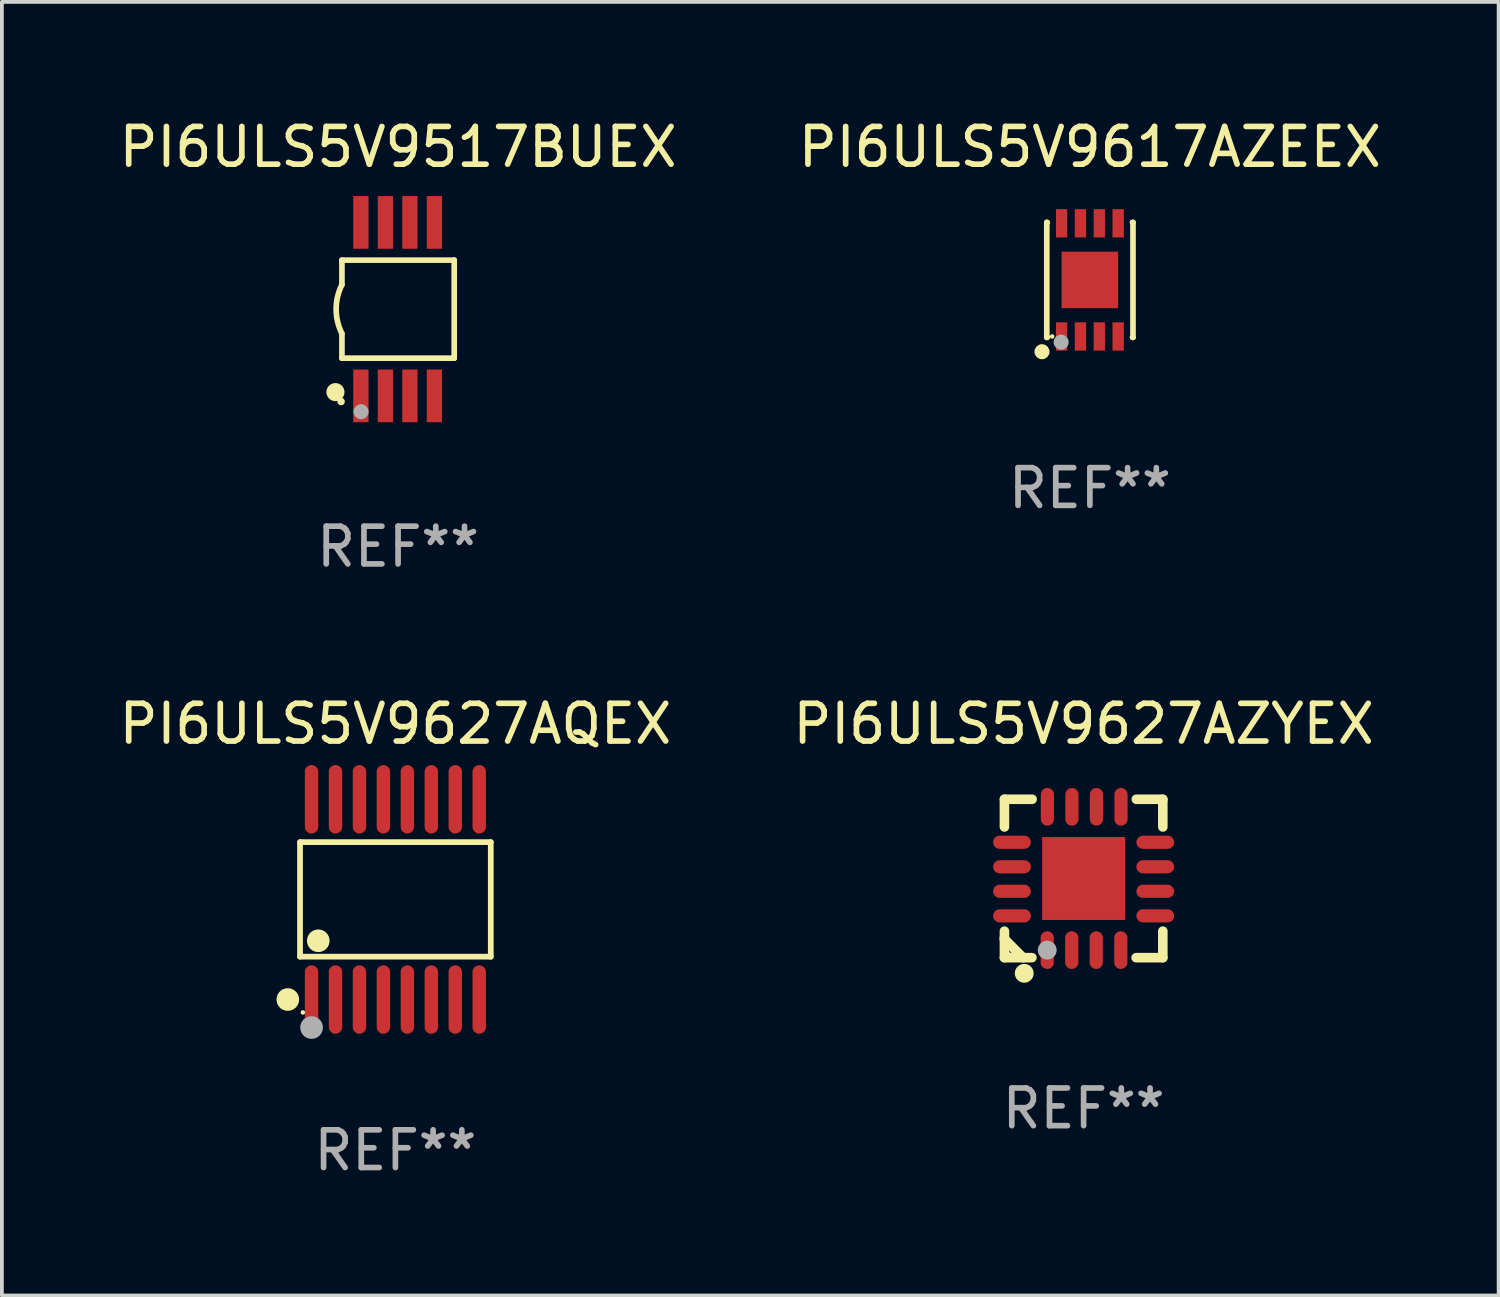
<source format=kicad_pcb>
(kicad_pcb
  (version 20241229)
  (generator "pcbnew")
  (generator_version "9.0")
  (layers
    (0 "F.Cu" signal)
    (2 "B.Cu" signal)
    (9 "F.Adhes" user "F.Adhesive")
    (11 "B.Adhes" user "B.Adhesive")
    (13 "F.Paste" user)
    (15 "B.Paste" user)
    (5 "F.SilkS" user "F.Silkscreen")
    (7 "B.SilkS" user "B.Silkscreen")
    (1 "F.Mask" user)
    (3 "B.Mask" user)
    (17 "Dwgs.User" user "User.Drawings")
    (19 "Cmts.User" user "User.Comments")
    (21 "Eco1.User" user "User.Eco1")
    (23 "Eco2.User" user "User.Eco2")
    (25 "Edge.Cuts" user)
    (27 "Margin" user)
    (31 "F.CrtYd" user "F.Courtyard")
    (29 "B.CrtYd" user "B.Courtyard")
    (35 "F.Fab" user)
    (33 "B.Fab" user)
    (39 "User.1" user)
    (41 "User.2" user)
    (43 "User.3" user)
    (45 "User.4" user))
  (footprint "PI6ULS5V9627AZYEX"
    (layer "F.Cu")
    (at 25.685 20.245)
    (property "Reference" "PI6ULS5V9627AZYEX" (at 0 -4.1 0) (layer "F.SilkS") (effects (font (size 1 1) (thickness 0.15))))
    (attr through_hole)
    (fp_line (start -2.1 -2.1) (end -1.366 -2.1) (stroke (width 0.254) (type solid)) (layer "F.SilkS"))
    (fp_line (start -2.1 -1.366) (end -2.1 -2.1) (stroke (width 0.254) (type solid)) (layer "F.SilkS"))
    (fp_line (start -2.1 1.572) (end -2.1 1.607) (stroke (width 0.254) (type solid)) (layer "F.SilkS"))
    (fp_line (start -2.1 1.607) (end -1.607 2.1) (stroke (width 0.254) (type solid)) (layer "F.SilkS"))
    (fp_line (start -2.1 2.1) (end -2.1 1.397) (stroke (width 0.254) (type solid)) (layer "F.SilkS"))
    (fp_line (start -2.1 2.1) (end -1.371 2.1) (stroke (width 0.254) (type solid)) (layer "F.SilkS"))
    (fp_line (start 1.392 2.1) (end 2.1 2.1) (stroke (width 0.254) (type solid)) (layer "F.SilkS"))
    (fp_line (start 1.397 -2.1) (end 2.1 -2.1) (stroke (width 0.254) (type solid)) (layer "F.SilkS"))
    (fp_line (start 2.1 -1.366) (end 2.1 -2.1) (stroke (width 0.254) (type solid)) (layer "F.SilkS"))
    (fp_line (start 2.1 2.1) (end 2.1 1.397) (stroke (width 0.254) (type solid)) (layer "F.SilkS"))
    (fp_circle (center -2 2) (end -1.97 2) (stroke (width 0.06) (type solid)) (fill no) (layer "F.SilkS"))
    (fp_circle (center -1.575 2.515) (end -1.45 2.515) (stroke (width 0.25) (type solid)) (fill no) (layer "F.SilkS"))
    (fp_circle (center -0.965 1.9) (end -0.84 1.9) (stroke (width 0.25) (type solid)) (fill no) (layer "F.Fab"))
    (fp_text user "REF**" (at 0 6.1 0) (layer "F.Fab") (effects (font (size 1 1) (thickness 0.15))))
    (pad "1" smd oval (at -0.965 1.9) (size 0.35 1) (layers "F.Cu" "F.Mask" "F.Paste"))
    (pad "2" smd oval (at -0.315 1.9) (size 0.35 1) (layers "F.Cu" "F.Mask" "F.Paste"))
    (pad "3" smd oval (at 0.335 1.9) (size 0.35 1) (layers "F.Cu" "F.Mask" "F.Paste"))
    (pad "4" smd oval (at 0.986 1.9) (size 0.35 1) (layers "F.Cu" "F.Mask" "F.Paste"))
    (pad "5" smd oval (at 1.9 0.991) (size 1 0.35) (layers "F.Cu" "F.Mask" "F.Paste"))
    (pad "6" smd oval (at 1.9 0.34) (size 1 0.35) (layers "F.Cu" "F.Mask" "F.Paste"))
    (pad "7" smd oval (at 1.9 -0.31) (size 1 0.35) (layers "F.Cu" "F.Mask" "F.Paste"))
    (pad "8" smd oval (at 1.9 -0.96) (size 1 0.35) (layers "F.Cu" "F.Mask" "F.Paste"))
    (pad "9" smd oval (at 0.991 -1.9) (size 0.35 1) (layers "F.Cu" "F.Mask" "F.Paste"))
    (pad "10" smd oval (at 0.34 -1.9) (size 0.35 1) (layers "F.Cu" "F.Mask" "F.Paste"))
    (pad "11" smd oval (at -0.31 -1.9) (size 0.35 1) (layers "F.Cu" "F.Mask" "F.Paste"))
    (pad "12" smd oval (at -0.96 -1.9) (size 0.35 1) (layers "F.Cu" "F.Mask" "F.Paste"))
    (pad "13" smd oval (at -1.9 -0.96) (size 1 0.35) (layers "F.Cu" "F.Mask" "F.Paste"))
    (pad "14" smd oval (at -1.9 -0.31) (size 1 0.35) (layers "F.Cu" "F.Mask" "F.Paste"))
    (pad "15" smd oval (at -1.9 0.34) (size 1 0.35) (layers "F.Cu" "F.Mask" "F.Paste"))
    (pad "16" smd oval (at -1.9 0.991) (size 1 0.35) (layers "F.Cu" "F.Mask" "F.Paste"))
    (pad "17" smd rect (at 0 0) (size 2.2 2.2) (layers "F.Cu" "F.Mask" "F.Paste")))
  (footprint "PI6ULS5V9627AQEX"
    (layer "F.Cu")
    (at 7.435 20.8)
    (property "Reference" "PI6ULS5V9627AQEX" (at 0 -4.655 0) (layer "F.SilkS") (effects (font (size 1 1) (thickness 0.15))))
    (attr through_hole)
    (fp_line (start -2.529 -1.519) (end 2.529 -1.519) (stroke (width 0.152) (type solid)) (layer "F.SilkS"))
    (fp_line (start -2.529 1.519) (end -2.529 -1.519) (stroke (width 0.152) (type solid)) (layer "F.SilkS"))
    (fp_line (start 2.529 -1.519) (end 2.529 1.519) (stroke (width 0.152) (type solid)) (layer "F.SilkS"))
    (fp_line (start 2.529 1.519) (end -2.529 1.519) (stroke (width 0.152) (type solid)) (layer "F.SilkS"))
    (fp_circle (center -2.853 2.655) (end -2.703 2.655) (stroke (width 0.3) (type solid)) (fill no) (layer "F.SilkS"))
    (fp_circle (center -2.453 2.998) (end -2.423 2.998) (stroke (width 0.06) (type solid)) (fill no) (layer "F.SilkS"))
    (fp_circle (center -2.045 1.097) (end -1.895 1.097) (stroke (width 0.3) (type solid)) (fill no) (layer "F.SilkS"))
    (fp_circle (center -2.223 3.398) (end -2.072 3.398) (stroke (width 0.3) (type solid)) (fill no) (layer "F.Fab"))
    (fp_text user "REF**" (at 0 6.655 0) (layer "F.Fab") (effects (font (size 1 1) (thickness 0.15))))
    (pad "1" smd oval (at -2.223 2.655) (size 0.356 1.815) (layers "F.Cu" "F.Mask" "F.Paste"))
    (pad "2" smd oval (at -1.588 2.655) (size 0.356 1.815) (layers "F.Cu" "F.Mask" "F.Paste"))
    (pad "3" smd oval (at -0.953 2.655) (size 0.356 1.815) (layers "F.Cu" "F.Mask" "F.Paste"))
    (pad "4" smd oval (at -0.318 2.655) (size 0.356 1.815) (layers "F.Cu" "F.Mask" "F.Paste"))
    (pad "5" smd oval (at 0.318 2.655) (size 0.356 1.815) (layers "F.Cu" "F.Mask" "F.Paste"))
    (pad "6" smd oval (at 0.953 2.655) (size 0.356 1.815) (layers "F.Cu" "F.Mask" "F.Paste"))
    (pad "7" smd oval (at 1.588 2.655) (size 0.356 1.815) (layers "F.Cu" "F.Mask" "F.Paste"))
    (pad "8" smd oval (at 2.223 2.655) (size 0.356 1.815) (layers "F.Cu" "F.Mask" "F.Paste"))
    (pad "9" smd oval (at 2.223 -2.655) (size 0.356 1.815) (layers "F.Cu" "F.Mask" "F.Paste"))
    (pad "10" smd oval (at 1.588 -2.655) (size 0.356 1.815) (layers "F.Cu" "F.Mask" "F.Paste"))
    (pad "11" smd oval (at 0.953 -2.655) (size 0.356 1.815) (layers "F.Cu" "F.Mask" "F.Paste"))
    (pad "12" smd oval (at 0.318 -2.655) (size 0.356 1.815) (layers "F.Cu" "F.Mask" "F.Paste"))
    (pad "13" smd oval (at -0.318 -2.655) (size 0.356 1.815) (layers "F.Cu" "F.Mask" "F.Paste"))
    (pad "14" smd oval (at -0.953 -2.655) (size 0.356 1.815) (layers "F.Cu" "F.Mask" "F.Paste"))
    (pad "15" smd oval (at -1.588 -2.655) (size 0.356 1.815) (layers "F.Cu" "F.Mask" "F.Paste"))
    (pad "16" smd oval (at -2.223 -2.655) (size 0.356 1.815) (layers "F.Cu" "F.Mask" "F.Paste")))
  (footprint "PI6ULS5V9517BUEX"
    (layer "F.Cu")
    (at 7.506 5.148)
    (property "Reference" "PI6ULS5V9517BUEX" (at 0 -4.3 0) (layer "F.SilkS") (effects (font (size 1 1) (thickness 0.15))))
    (attr through_hole)
    (fp_line (start -1.489 -1.3) (end -1.489 -0.648) (stroke (width 0.15) (type solid)) (layer "F.SilkS"))
    (fp_line (start -1.489 0.648) (end -1.489 1.3) (stroke (width 0.15) (type solid)) (layer "F.SilkS"))
    (fp_line (start -1.489 1.3) (end 1.489 1.3) (stroke (width 0.15) (type solid)) (layer "F.SilkS"))
    (fp_line (start 1.489 -1.3) (end -1.489 -1.3) (stroke (width 0.15) (type solid)) (layer "F.SilkS"))
    (fp_line (start 1.489 1.3) (end 1.489 -1.3) (stroke (width 0.15) (type solid)) (layer "F.SilkS"))
    (fp_arc (start -1.489205 0.647702) (mid -1.642107 0) (end -1.489205 -0.647701) (stroke (width 0.150013) (type solid)) (layer "F.SilkS"))
    (fp_circle (center -1.661 2.2) (end -1.541 2.2) (stroke (width 0.24) (type solid)) (fill no) (layer "F.SilkS"))
    (fp_circle (center -1.511 2.45) (end -1.461 2.45) (stroke (width 0.1) (type solid)) (fill no) (layer "F.SilkS"))
    (fp_circle (center -0.981 2.72) (end -0.881 2.72) (stroke (width 0.2) (type solid)) (fill no) (layer "F.Fab"))
    (fp_text user "REF**" (at 0 6.3 0) (layer "F.Fab") (effects (font (size 1 1) (thickness 0.15))))
    (pad "1" smd rect (at -0.986 2.3) (size 0.406 1.397) (layers "F.Cu" "F.Mask" "F.Paste"))
    (pad "2" smd rect (at -0.336 2.3) (size 0.406 1.397) (layers "F.Cu" "F.Mask" "F.Paste"))
    (pad "3" smd rect (at 0.314 2.3) (size 0.406 1.397) (layers "F.Cu" "F.Mask" "F.Paste"))
    (pad "4" smd rect (at 0.964 2.3) (size 0.406 1.397) (layers "F.Cu" "F.Mask" "F.Paste"))
    (pad "5" smd rect (at 0.964 -2.3) (size 0.406 1.397) (layers "F.Cu" "F.Mask" "F.Paste"))
    (pad "6" smd rect (at 0.314 -2.3) (size 0.406 1.397) (layers "F.Cu" "F.Mask" "F.Paste"))
    (pad "7" smd rect (at -0.336 -2.3) (size 0.406 1.397) (layers "F.Cu" "F.Mask" "F.Paste"))
    (pad "8" smd rect (at -0.986 -2.3) (size 0.406 1.397) (layers "F.Cu" "F.Mask" "F.Paste")))
  (footprint "PI6ULS5V9617AZEEX"
    (layer "F.Cu")
    (at 25.851 4.372)
    (property "Reference" "PI6ULS5V9617AZEEX" (at 0 -3.524 0) (layer "F.SilkS") (effects (font (size 1 1) (thickness 0.15))))
    (attr through_hole)
    (fp_line (start -1.143 -1.524) (end -1.143 1.524) (stroke (width 0.15) (type solid)) (layer "F.SilkS"))
    (fp_line (start -1.143 1.524) (end -1.129 1.524) (stroke (width 0.15) (type solid)) (layer "F.SilkS"))
    (fp_line (start -1.129 -1.524) (end -1.143 -1.524) (stroke (width 0.15) (type solid)) (layer "F.SilkS"))
    (fp_line (start 1.129 1.524) (end 1.143 1.524) (stroke (width 0.15) (type solid)) (layer "F.SilkS"))
    (fp_line (start 1.143 -1.524) (end 1.129 -1.524) (stroke (width 0.15) (type solid)) (layer "F.SilkS"))
    (fp_line (start 1.143 1.524) (end 1.143 -1.524) (stroke (width 0.15) (type solid)) (layer "F.SilkS"))
    (fp_circle (center -1.27 1.905) (end -1.17 1.905) (stroke (width 0.2) (type solid)) (fill no) (layer "F.SilkS"))
    (fp_circle (center -1 1.5) (end -0.97 1.5) (stroke (width 0.06) (type solid)) (fill no) (layer "F.SilkS"))
    (fp_circle (center -0.762 1.651) (end -0.662 1.651) (stroke (width 0.2) (type solid)) (fill no) (layer "F.Fab"))
    (fp_text user "REF**" (at 0 5.524 0) (layer "F.Fab") (effects (font (size 1 1) (thickness 0.15))))
    (pad "1" smd rect (at -0.75 1.5 90) (size 0.75 0.3) (layers "F.Cu" "F.Mask" "F.Paste"))
    (pad "2" smd rect (at -0.25 1.5 90) (size 0.75 0.3) (layers "F.Cu" "F.Mask" "F.Paste"))
    (pad "3" smd rect (at 0.25 1.5 90) (size 0.75 0.3) (layers "F.Cu" "F.Mask" "F.Paste"))
    (pad "4" smd rect (at 0.75 1.5 90) (size 0.75 0.3) (layers "F.Cu" "F.Mask" "F.Paste"))
    (pad "5" smd rect (at 0.75 -1.5 90) (size 0.75 0.3) (layers "F.Cu" "F.Mask" "F.Paste"))
    (pad "6" smd rect (at 0.25 -1.5 90) (size 0.75 0.3) (layers "F.Cu" "F.Mask" "F.Paste"))
    (pad "7" smd rect (at -0.25 -1.5 90) (size 0.75 0.3) (layers "F.Cu" "F.Mask" "F.Paste"))
    (pad "8" smd rect (at -0.75 -1.5 90) (size 0.75 0.3) (layers "F.Cu" "F.Mask" "F.Paste"))
    (pad "9" smd rect (at -0.000254 0.001 90) (size 1.5 1.5) (layers "F.Cu" "F.Mask" "F.Paste")))
  (gr_rect
    (start -3 -3)
    (end 36.69 31.303)
    (stroke (width 0.1) (type default))
    (fill no)
    (layer "Edge.Cuts")))
</source>
